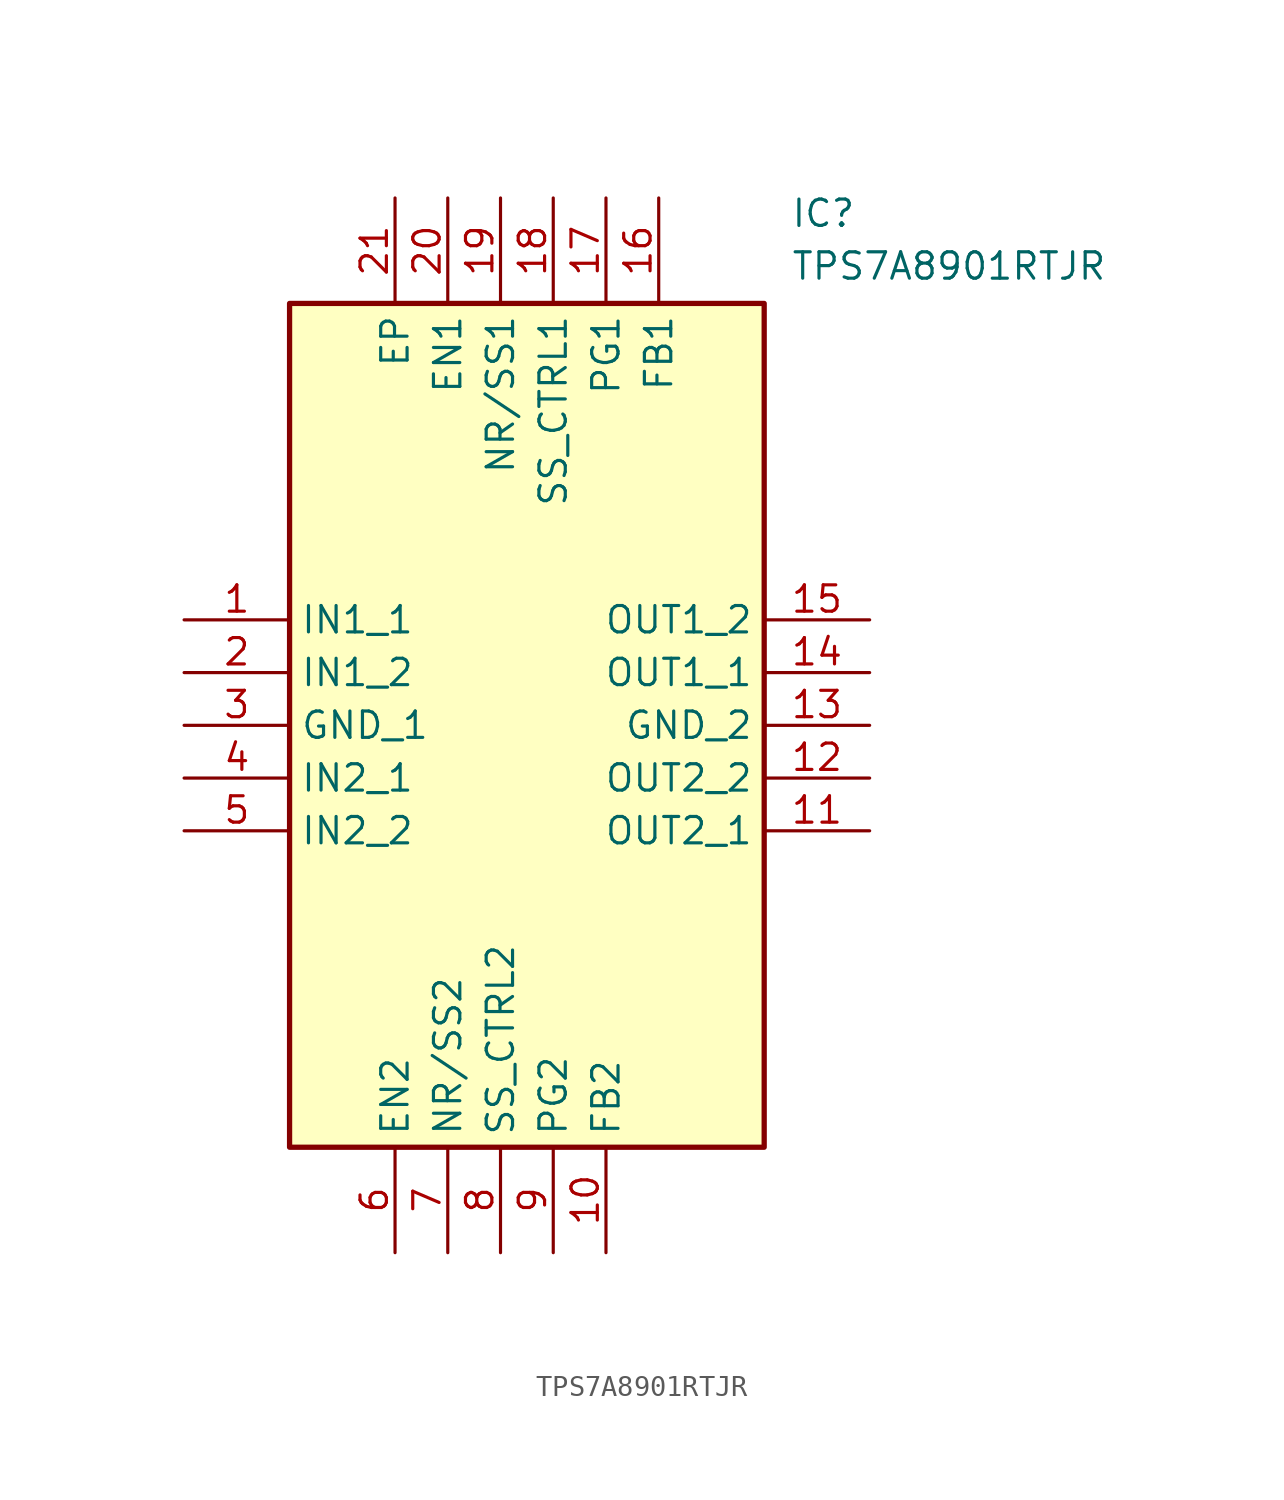
<source format=kicad_sym>
(kicad_symbol_lib
  (version 20211014)
  (generator SamacSys_ECAD_Model)
  (symbol "TPS7A8901RTJR"
    (property "Reference" "IC"
      (at 29.21 20.32 0)
      (effects (font (size 1.27 1.27)) (justify left top)))
    (property "Value" "TPS7A8901RTJR"
      (at 29.21 17.78 0)
      (effects (font (size 1.27 1.27)) (justify left top)))
    (rectangle
      (start 5.08 15.24)
      (end 27.94 -25.4)
      (stroke (width 0.254) (type default))
      (fill (type background)))
    (pin passive line
      (at 0 0 0)
      (length 5.08)
      (name "IN1_1" (effects (font (size 1.27 1.27))))
      (number "1" (effects (font (size 1.27 1.27)))))
    (pin passive line
      (at 0 -2.54 0)
      (length 5.08)
      (name "IN1_2" (effects (font (size 1.27 1.27))))
      (number "2" (effects (font (size 1.27 1.27)))))
    (pin passive line
      (at 0 -5.08 0)
      (length 5.08)
      (name "GND_1" (effects (font (size 1.27 1.27))))
      (number "3" (effects (font (size 1.27 1.27)))))
    (pin passive line
      (at 0 -7.62 0)
      (length 5.08)
      (name "IN2_1" (effects (font (size 1.27 1.27))))
      (number "4" (effects (font (size 1.27 1.27)))))
    (pin passive line
      (at 0 -10.16 0)
      (length 5.08)
      (name "IN2_2" (effects (font (size 1.27 1.27))))
      (number "5" (effects (font (size 1.27 1.27)))))
    (pin passive line
      (at 10.16 -30.48 90)
      (length 5.08)
      (name "EN2" (effects (font (size 1.27 1.27))))
      (number "6" (effects (font (size 1.27 1.27)))))
    (pin passive line
      (at 12.7 -30.48 90)
      (length 5.08)
      (name "NR/SS2" (effects (font (size 1.27 1.27))))
      (number "7" (effects (font (size 1.27 1.27)))))
    (pin passive line
      (at 15.24 -30.48 90)
      (length 5.08)
      (name "SS_CTRL2" (effects (font (size 1.27 1.27))))
      (number "8" (effects (font (size 1.27 1.27)))))
    (pin passive line
      (at 17.78 -30.48 90)
      (length 5.08)
      (name "PG2" (effects (font (size 1.27 1.27))))
      (number "9" (effects (font (size 1.27 1.27)))))
    (pin passive line
      (at 20.32 -30.48 90)
      (length 5.08)
      (name "FB2" (effects (font (size 1.27 1.27))))
      (number "10" (effects (font (size 1.27 1.27)))))
    (pin passive line
      (at 33.02 0 180)
      (length 5.08)
      (name "OUT1_2" (effects (font (size 1.27 1.27))))
      (number "15" (effects (font (size 1.27 1.27)))))
    (pin passive line
      (at 33.02 -2.54 180)
      (length 5.08)
      (name "OUT1_1" (effects (font (size 1.27 1.27))))
      (number "14" (effects (font (size 1.27 1.27)))))
    (pin passive line
      (at 33.02 -5.08 180)
      (length 5.08)
      (name "GND_2" (effects (font (size 1.27 1.27))))
      (number "13" (effects (font (size 1.27 1.27)))))
    (pin passive line
      (at 33.02 -7.62 180)
      (length 5.08)
      (name "OUT2_2" (effects (font (size 1.27 1.27))))
      (number "12" (effects (font (size 1.27 1.27)))))
    (pin passive line
      (at 33.02 -10.16 180)
      (length 5.08)
      (name "OUT2_1" (effects (font (size 1.27 1.27))))
      (number "11" (effects (font (size 1.27 1.27)))))
    (pin passive line
      (at 10.16 20.32 270)
      (length 5.08)
      (name "EP" (effects (font (size 1.27 1.27))))
      (number "21" (effects (font (size 1.27 1.27)))))
    (pin passive line
      (at 12.7 20.32 270)
      (length 5.08)
      (name "EN1" (effects (font (size 1.27 1.27))))
      (number "20" (effects (font (size 1.27 1.27)))))
    (pin passive line
      (at 15.24 20.32 270)
      (length 5.08)
      (name "NR/SS1" (effects (font (size 1.27 1.27))))
      (number "19" (effects (font (size 1.27 1.27)))))
    (pin passive line
      (at 17.78 20.32 270)
      (length 5.08)
      (name "SS_CTRL1" (effects (font (size 1.27 1.27))))
      (number "18" (effects (font (size 1.27 1.27)))))
    (pin passive line
      (at 20.32 20.32 270)
      (length 5.08)
      (name "PG1" (effects (font (size 1.27 1.27))))
      (number "17" (effects (font (size 1.27 1.27)))))
    (pin passive line
      (at 22.86 20.32 270)
      (length 5.08)
      (name "FB1" (effects (font (size 1.27 1.27))))
      (number "16" (effects (font (size 1.27 1.27)))))))
</source>
